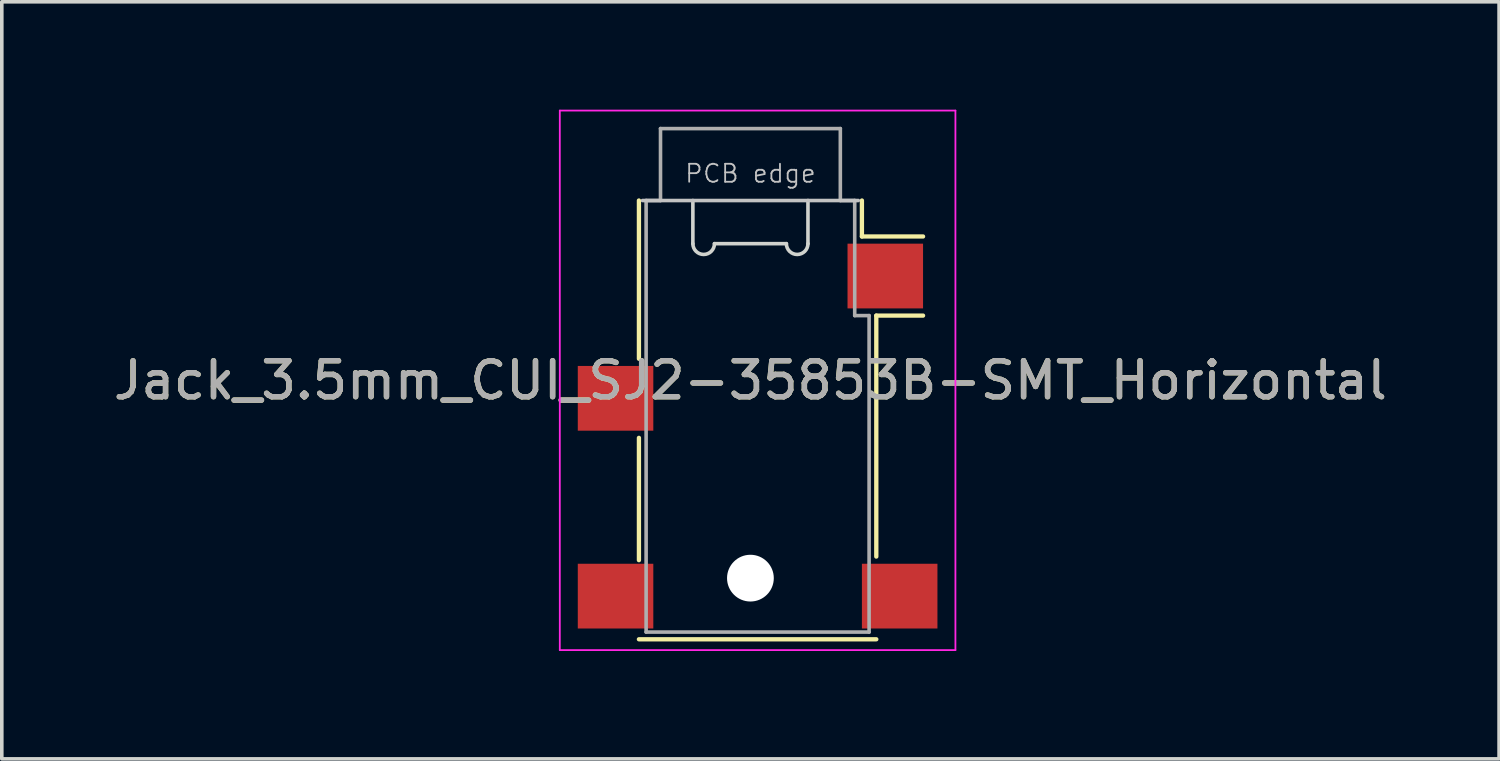
<source format=kicad_pcb>
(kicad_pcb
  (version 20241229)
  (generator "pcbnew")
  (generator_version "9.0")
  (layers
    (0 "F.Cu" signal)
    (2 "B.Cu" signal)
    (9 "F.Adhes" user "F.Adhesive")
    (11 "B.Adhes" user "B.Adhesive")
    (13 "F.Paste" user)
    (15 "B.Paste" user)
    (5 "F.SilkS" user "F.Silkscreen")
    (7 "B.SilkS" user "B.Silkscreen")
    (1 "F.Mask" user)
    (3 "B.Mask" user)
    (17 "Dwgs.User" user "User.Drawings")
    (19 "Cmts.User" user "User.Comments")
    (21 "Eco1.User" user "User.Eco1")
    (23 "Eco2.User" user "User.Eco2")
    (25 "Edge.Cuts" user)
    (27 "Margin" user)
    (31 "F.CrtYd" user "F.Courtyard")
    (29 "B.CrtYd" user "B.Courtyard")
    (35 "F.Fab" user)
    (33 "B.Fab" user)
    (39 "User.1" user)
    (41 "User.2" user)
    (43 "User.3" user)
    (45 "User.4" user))
  (footprint "Jack_3.5mm_CUI_SJ2-35853B-SMT_Horizontal"
    (layer "F.Cu")
    (at 17.815 7.525)
    (property "Reference" "Jack_3.5mm_CUI_SJ2-35853B-SMT_Horizontal" (at 0 0 0) (layer "F.SilkS") (effects (font (size 1 1) (thickness 0.15))))
    (attr smd)
    (fp_line (start -3.1 -0.6) (end -3.1 -5) (stroke (width 0.12) (type solid)) (layer "F.SilkS"))
    (fp_line (start -3.1 5) (end -3.1 1.6) (stroke (width 0.12) (type solid)) (layer "F.SilkS"))
    (fp_line (start 3.1 -5) (end 3.1 -4) (stroke (width 0.12) (type solid)) (layer "F.SilkS"))
    (fp_line (start 3.5 -1.8) (end 3.5 4.9) (stroke (width 0.12) (type solid)) (layer "F.SilkS"))
    (fp_line (start 3.5 7.2) (end -3.1 7.2) (stroke (width 0.12) (type solid)) (layer "F.SilkS"))
    (fp_line (start 4.8 -4) (end 3.1 -4) (stroke (width 0.12) (type solid)) (layer "F.SilkS"))
    (fp_line (start 4.8 -1.8) (end 3.5 -1.8) (stroke (width 0.12) (type solid)) (layer "F.SilkS"))
    (fp_line (start -3 -5) (end 3 -5) (stroke (width 0.1) (type solid)) (layer "Dwgs.User"))
    (fp_line (start -1.6 -5) (end -1.6 -3.8) (stroke (width 0.1) (type solid)) (layer "Edge.Cuts"))
    (fp_line (start -1 -3.8) (end 1 -3.8) (stroke (width 0.1) (type solid)) (layer "Edge.Cuts"))
    (fp_line (start 1.6 -3.8) (end 1.6 -5) (stroke (width 0.1) (type solid)) (layer "Edge.Cuts"))
    (fp_arc (start -1 -3.8) (mid -1.3 -3.5) (end -1.6 -3.8) (stroke (width 0.1) (type solid)) (layer "Edge.Cuts"))
    (fp_arc (start 1.6 -3.8) (mid 1.3 -3.5) (end 1 -3.8) (stroke (width 0.1) (type solid)) (layer "Edge.Cuts"))
    (fp_line (start -5.3 -7.5) (end 5.7 -7.5) (stroke (width 0.05) (type solid)) (layer "F.CrtYd"))
    (fp_line (start -5.3 7.5) (end -5.3 -7.5) (stroke (width 0.05) (type solid)) (layer "F.CrtYd"))
    (fp_line (start 5.7 -7.5) (end 5.7 7.5) (stroke (width 0.05) (type solid)) (layer "F.CrtYd"))
    (fp_line (start 5.7 7.5) (end -5.3 7.5) (stroke (width 0.05) (type solid)) (layer "F.CrtYd"))
    (fp_line (start -2.9 -5) (end -2.5 -5) (stroke (width 0.1) (type solid)) (layer "F.Fab"))
    (fp_line (start -2.9 7) (end -2.9 -5) (stroke (width 0.1) (type solid)) (layer "F.Fab"))
    (fp_line (start -2.5 -7) (end 2.5 -7) (stroke (width 0.1) (type solid)) (layer "F.Fab"))
    (fp_line (start -2.5 -5) (end -2.5 -7) (stroke (width 0.1) (type solid)) (layer "F.Fab"))
    (fp_line (start 2.5 -7) (end 2.5 -5) (stroke (width 0.1) (type solid)) (layer "F.Fab"))
    (fp_line (start 2.5 -5) (end 2.9 -5) (stroke (width 0.1) (type solid)) (layer "F.Fab"))
    (fp_line (start 2.9 -5) (end 2.9 -1.8) (stroke (width 0.1) (type solid)) (layer "F.Fab"))
    (fp_line (start 2.9 -1.8) (end 3.3 -1.8) (stroke (width 0.1) (type solid)) (layer "F.Fab"))
    (fp_line (start 3.3 -1.8) (end 3.3 7) (stroke (width 0.1) (type solid)) (layer "F.Fab"))
    (fp_line (start 3.3 7) (end -2.9 7) (stroke (width 0.1) (type solid)) (layer "F.Fab"))
    (fp_text user "PCB edge" (at 0 -5.75 0) (layer "Dwgs.User") (effects (font (size 0.5 0.5) (thickness 0.05))))
    (fp_text user "${REFERENCE}" (at 0 0 0) (layer "F.Fab") (effects (font (size 1 1) (thickness 0.15))))
    (pad "" np_thru_hole circle (at 0 5.5) (size 1.3 1.3) (drill 1.3) (layers "*.Cu" "*.Mask"))
    (pad "R" smd rect (at -3.75 0.5) (size 2.1 1.8) (layers "F.Cu" "F.Mask" "F.Paste"))
    (pad "S" smd rect (at 3.75 -2.9) (size 2.1 1.8) (layers "F.Cu" "F.Mask" "F.Paste"))
    (pad "T" smd rect (at 4.15 6) (size 2.1 1.8) (layers "F.Cu" "F.Mask" "F.Paste"))
    (pad "TN" smd rect (at -3.75 6) (size 2.1 1.8) (layers "F.Cu" "F.Mask" "F.Paste")))
  (gr_rect
    (start -3 -3)
    (end 38.631 18.05)
    (stroke (width 0.1) (type default))
    (fill no)
    (layer "Edge.Cuts")))
</source>
